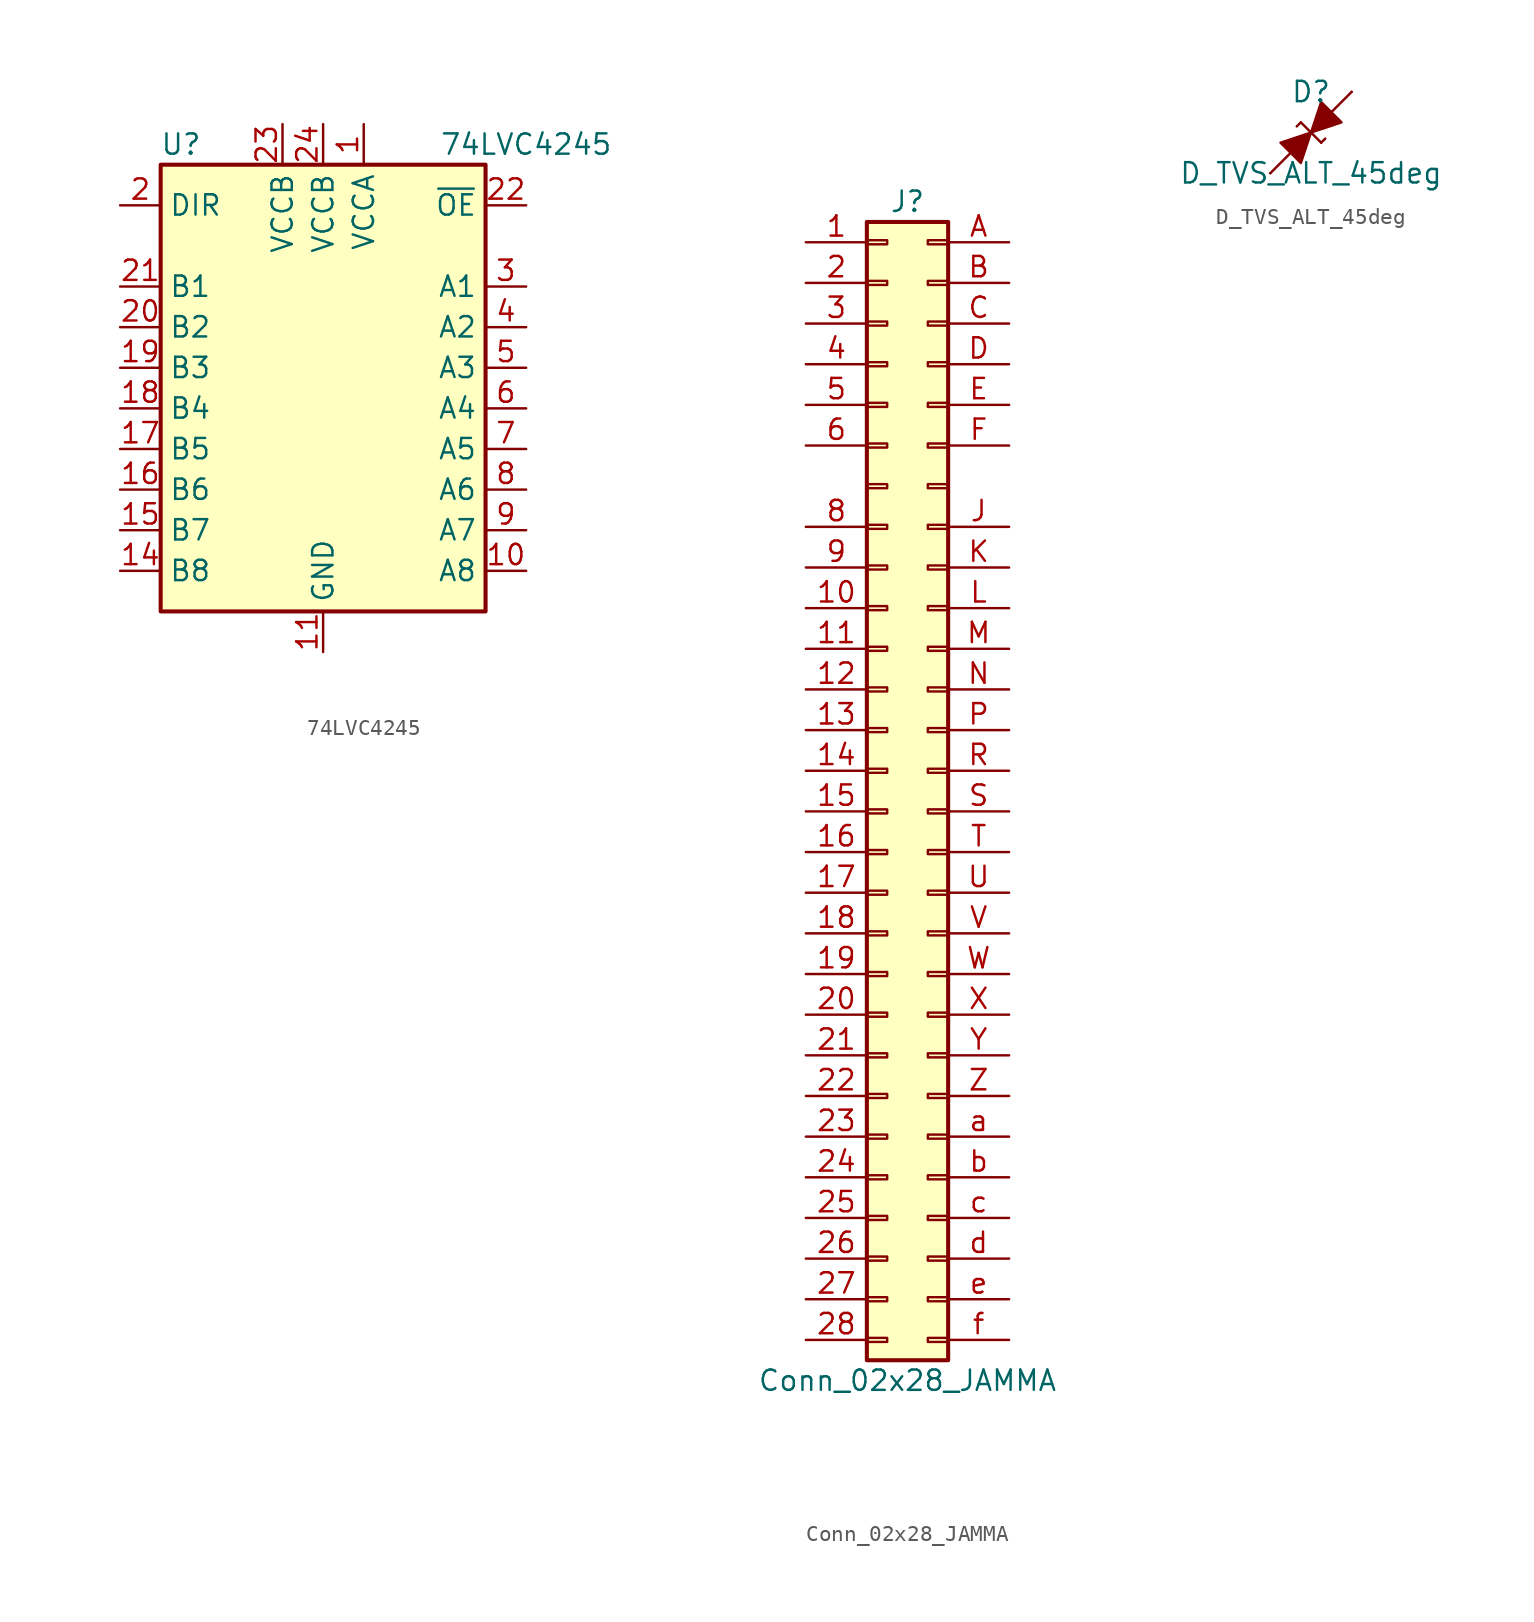
<source format=kicad_sym>
(kicad_symbol_lib
  (version 20200126)
  (host kicad_symbol_editor "(5.99.0-1907-g1c46bf195)")
  (symbol "Console2JAMMA:74LVC4245"
    (pin_names
      (offset 0.508))
    (property "Reference" "U"
      (at -8.89 13.97 0)
      (effects (font (size 1.27 1.27))))
    (property "Value" "74LVC4245"
      (at 12.7 13.97 0)
      (effects (font (size 1.27 1.27))))
    (symbol "74LVC4245_0_1"
      (rectangle (start -10.16 12.7) (end 10.16 -15.24) (stroke (width 0.254)) (fill (type background))))
    (symbol "74LVC4245_1_1"
      (pin power_in line (at 2.54 15.24 270) (length 2.54) (name "VCCA" (effects (font (size 1.27 1.27)))) (number "1" (effects (font (size 1.27 1.27)))))
      (pin bidirectional line (at 12.7 -12.7 180) (length 2.54) (name "A8" (effects (font (size 1.27 1.27)))) (number "10" (effects (font (size 1.27 1.27)))))
      (pin power_in line (at 0 -17.78 90) (length 2.54) (name "GND" (effects (font (size 1.27 1.27)))) (number "11" (effects (font (size 1.27 1.27)))))
      (pin passive line (at 0 -17.78 90) (length 2.54) hide (name "GND" (effects (font (size 1.27 1.27)))) (number "12" (effects (font (size 1.27 1.27)))))
      (pin passive line (at 0 -17.78 90) (length 2.54) hide (name "GND" (effects (font (size 1.27 1.27)))) (number "13" (effects (font (size 1.27 1.27)))))
      (pin bidirectional line (at -12.7 -12.7 0) (length 2.54) (name "B8" (effects (font (size 1.27 1.27)))) (number "14" (effects (font (size 1.27 1.27)))))
      (pin bidirectional line (at -12.7 -10.16 0) (length 2.54) (name "B7" (effects (font (size 1.27 1.27)))) (number "15" (effects (font (size 1.27 1.27)))))
      (pin bidirectional line (at -12.7 -7.62 0) (length 2.54) (name "B6" (effects (font (size 1.27 1.27)))) (number "16" (effects (font (size 1.27 1.27)))))
      (pin bidirectional line (at -12.7 -5.08 0) (length 2.54) (name "B5" (effects (font (size 1.27 1.27)))) (number "17" (effects (font (size 1.27 1.27)))))
      (pin bidirectional line (at -12.7 -2.54 0) (length 2.54) (name "B4" (effects (font (size 1.27 1.27)))) (number "18" (effects (font (size 1.27 1.27)))))
      (pin bidirectional line (at -12.7 0 0) (length 2.54) (name "B3" (effects (font (size 1.27 1.27)))) (number "19" (effects (font (size 1.27 1.27)))))
      (pin input line (at -12.7 10.16 0) (length 2.54) (name "DIR" (effects (font (size 1.27 1.27)))) (number "2" (effects (font (size 1.27 1.27)))))
      (pin bidirectional line (at -12.7 2.54 0) (length 2.54) (name "B2" (effects (font (size 1.27 1.27)))) (number "20" (effects (font (size 1.27 1.27)))))
      (pin bidirectional line (at -12.7 5.08 0) (length 2.54) (name "B1" (effects (font (size 1.27 1.27)))) (number "21" (effects (font (size 1.27 1.27)))))
      (pin input line (at 12.7 10.16 180) (length 2.54) (name "~OE" (effects (font (size 1.27 1.27)))) (number "22" (effects (font (size 1.27 1.27)))))
      (pin power_in line (at -2.54 15.24 270) (length 2.54) (name "VCCB" (effects (font (size 1.27 1.27)))) (number "23" (effects (font (size 1.27 1.27)))))
      (pin power_in line (at 0 15.24 270) (length 2.54) (name "VCCB" (effects (font (size 1.27 1.27)))) (number "24" (effects (font (size 1.27 1.27)))))
      (pin bidirectional line (at 12.7 5.08 180) (length 2.54) (name "A1" (effects (font (size 1.27 1.27)))) (number "3" (effects (font (size 1.27 1.27)))))
      (pin bidirectional line (at 12.7 2.54 180) (length 2.54) (name "A2" (effects (font (size 1.27 1.27)))) (number "4" (effects (font (size 1.27 1.27)))))
      (pin bidirectional line (at 12.7 0 180) (length 2.54) (name "A3" (effects (font (size 1.27 1.27)))) (number "5" (effects (font (size 1.27 1.27)))))
      (pin bidirectional line (at 12.7 -2.54 180) (length 2.54) (name "A4" (effects (font (size 1.27 1.27)))) (number "6" (effects (font (size 1.27 1.27)))))
      (pin bidirectional line (at 12.7 -5.08 180) (length 2.54) (name "A5" (effects (font (size 1.27 1.27)))) (number "7" (effects (font (size 1.27 1.27)))))
      (pin bidirectional line (at 12.7 -7.62 180) (length 2.54) (name "A6" (effects (font (size 1.27 1.27)))) (number "8" (effects (font (size 1.27 1.27)))))
      (pin bidirectional line (at 12.7 -10.16 180) (length 2.54) (name "A7" (effects (font (size 1.27 1.27)))) (number "9" (effects (font (size 1.27 1.27)))))))
  (symbol "Console2JAMMA:Conn_02x28_JAMMA"
    (pin_names hide)
    (property "Reference" "J"
      (at 0 36.83 0)
      (effects (font (size 1.27 1.27))))
    (property "Value" "Conn_02x28_JAMMA"
      (at 0 -36.83 0)
      (effects (font (size 1.27 1.27))))
    (symbol "Conn_02x28_JAMMA_1_1"
      (rectangle (start -2.54 -34.163) (end -1.27 -34.417) (stroke (width 0.152)) (fill (type none)))
      (rectangle (start -2.54 -31.623) (end -1.27 -31.877) (stroke (width 0.152)) (fill (type none)))
      (rectangle (start -2.54 -29.083) (end -1.27 -29.337) (stroke (width 0.152)) (fill (type none)))
      (rectangle (start -2.54 -26.543) (end -1.27 -26.797) (stroke (width 0.152)) (fill (type none)))
      (rectangle (start -2.54 -24.003) (end -1.27 -24.257) (stroke (width 0.152)) (fill (type none)))
      (rectangle (start -2.54 -21.463) (end -1.27 -21.717) (stroke (width 0.152)) (fill (type none)))
      (rectangle (start -2.54 -18.923) (end -1.27 -19.177) (stroke (width 0.152)) (fill (type none)))
      (rectangle (start -2.54 -16.383) (end -1.27 -16.637) (stroke (width 0.152)) (fill (type none)))
      (rectangle (start -2.54 -13.843) (end -1.27 -14.097) (stroke (width 0.152)) (fill (type none)))
      (rectangle (start -2.54 -11.303) (end -1.27 -11.557) (stroke (width 0.152)) (fill (type none)))
      (rectangle (start -2.54 -8.763) (end -1.27 -9.017) (stroke (width 0.152)) (fill (type none)))
      (rectangle (start -2.54 -6.223) (end -1.27 -6.477) (stroke (width 0.152)) (fill (type none)))
      (rectangle (start -2.54 -3.683) (end -1.27 -3.937) (stroke (width 0.152)) (fill (type none)))
      (rectangle (start -2.54 -1.143) (end -1.27 -1.397) (stroke (width 0.152)) (fill (type none)))
      (rectangle (start -2.54 1.397) (end -1.27 1.143) (stroke (width 0.152)) (fill (type none)))
      (rectangle (start -2.54 3.937) (end -1.27 3.683) (stroke (width 0.152)) (fill (type none)))
      (rectangle (start -2.54 6.477) (end -1.27 6.223) (stroke (width 0.152)) (fill (type none)))
      (rectangle (start -2.54 9.017) (end -1.27 8.763) (stroke (width 0.152)) (fill (type none)))
      (rectangle (start -2.54 11.557) (end -1.27 11.303) (stroke (width 0.152)) (fill (type none)))
      (rectangle (start -2.54 14.097) (end -1.27 13.843) (stroke (width 0.152)) (fill (type none)))
      (rectangle (start -2.54 16.637) (end -1.27 16.383) (stroke (width 0.152)) (fill (type none)))
      (rectangle (start -2.54 19.177) (end -1.27 18.923) (stroke (width 0.152)) (fill (type none)))
      (rectangle (start -2.54 21.717) (end -1.27 21.463) (stroke (width 0.152)) (fill (type none)))
      (rectangle (start -2.54 24.257) (end -1.27 24.003) (stroke (width 0.152)) (fill (type none)))
      (rectangle (start -2.54 26.797) (end -1.27 26.543) (stroke (width 0.152)) (fill (type none)))
      (rectangle (start -2.54 29.337) (end -1.27 29.083) (stroke (width 0.152)) (fill (type none)))
      (rectangle (start -2.54 31.877) (end -1.27 31.623) (stroke (width 0.152)) (fill (type none)))
      (rectangle (start -2.54 34.417) (end -1.27 34.163) (stroke (width 0.152)) (fill (type none)))
      (rectangle (start -2.54 35.56) (end 2.54 -35.56) (stroke (width 0.254)) (fill (type background)))
      (rectangle (start 2.54 -34.163) (end 1.27 -34.417) (stroke (width 0.152)) (fill (type none)))
      (rectangle (start 2.54 -31.623) (end 1.27 -31.877) (stroke (width 0.152)) (fill (type none)))
      (rectangle (start 2.54 -29.083) (end 1.27 -29.337) (stroke (width 0.152)) (fill (type none)))
      (rectangle (start 2.54 -26.543) (end 1.27 -26.797) (stroke (width 0.152)) (fill (type none)))
      (rectangle (start 2.54 -24.003) (end 1.27 -24.257) (stroke (width 0.152)) (fill (type none)))
      (rectangle (start 2.54 -21.463) (end 1.27 -21.717) (stroke (width 0.152)) (fill (type none)))
      (rectangle (start 2.54 -18.923) (end 1.27 -19.177) (stroke (width 0.152)) (fill (type none)))
      (rectangle (start 2.54 -16.383) (end 1.27 -16.637) (stroke (width 0.152)) (fill (type none)))
      (rectangle (start 2.54 -13.843) (end 1.27 -14.097) (stroke (width 0.152)) (fill (type none)))
      (rectangle (start 2.54 -11.303) (end 1.27 -11.557) (stroke (width 0.152)) (fill (type none)))
      (rectangle (start 2.54 -8.763) (end 1.27 -9.017) (stroke (width 0.152)) (fill (type none)))
      (rectangle (start 2.54 -6.223) (end 1.27 -6.477) (stroke (width 0.152)) (fill (type none)))
      (rectangle (start 2.54 -3.683) (end 1.27 -3.937) (stroke (width 0.152)) (fill (type none)))
      (rectangle (start 2.54 -1.143) (end 1.27 -1.397) (stroke (width 0.152)) (fill (type none)))
      (rectangle (start 2.54 1.397) (end 1.27 1.143) (stroke (width 0.152)) (fill (type none)))
      (rectangle (start 2.54 3.937) (end 1.27 3.683) (stroke (width 0.152)) (fill (type none)))
      (rectangle (start 2.54 6.477) (end 1.27 6.223) (stroke (width 0.152)) (fill (type none)))
      (rectangle (start 2.54 9.017) (end 1.27 8.763) (stroke (width 0.152)) (fill (type none)))
      (rectangle (start 2.54 11.557) (end 1.27 11.303) (stroke (width 0.152)) (fill (type none)))
      (rectangle (start 2.54 14.097) (end 1.27 13.843) (stroke (width 0.152)) (fill (type none)))
      (rectangle (start 2.54 16.637) (end 1.27 16.383) (stroke (width 0.152)) (fill (type none)))
      (rectangle (start 2.54 19.177) (end 1.27 18.923) (stroke (width 0.152)) (fill (type none)))
      (rectangle (start 2.54 21.717) (end 1.27 21.463) (stroke (width 0.152)) (fill (type none)))
      (rectangle (start 2.54 24.257) (end 1.27 24.003) (stroke (width 0.152)) (fill (type none)))
      (rectangle (start 2.54 26.797) (end 1.27 26.543) (stroke (width 0.152)) (fill (type none)))
      (rectangle (start 2.54 29.337) (end 1.27 29.083) (stroke (width 0.152)) (fill (type none)))
      (rectangle (start 2.54 31.877) (end 1.27 31.623) (stroke (width 0.152)) (fill (type none)))
      (rectangle (start 2.54 34.417) (end 1.27 34.163) (stroke (width 0.152)) (fill (type none)))
      (pin passive line (at -6.35 34.29 0) (length 3.81) (name "Pin_1" (effects (font (size 1.27 1.27)))) (number "1" (effects (font (size 1.27 1.27)))))
      (pin passive line (at -6.35 11.43 0) (length 3.81) (name "Pin_10" (effects (font (size 1.27 1.27)))) (number "10" (effects (font (size 1.27 1.27)))))
      (pin passive line (at -6.35 8.89 0) (length 3.81) (name "Pin_11" (effects (font (size 1.27 1.27)))) (number "11" (effects (font (size 1.27 1.27)))))
      (pin passive line (at -6.35 6.35 0) (length 3.81) (name "Pin_12" (effects (font (size 1.27 1.27)))) (number "12" (effects (font (size 1.27 1.27)))))
      (pin passive line (at -6.35 3.81 0) (length 3.81) (name "Pin_13" (effects (font (size 1.27 1.27)))) (number "13" (effects (font (size 1.27 1.27)))))
      (pin passive line (at -6.35 1.27 0) (length 3.81) (name "Pin_14" (effects (font (size 1.27 1.27)))) (number "14" (effects (font (size 1.27 1.27)))))
      (pin passive line (at -6.35 -1.27 0) (length 3.81) (name "Pin_15" (effects (font (size 1.27 1.27)))) (number "15" (effects (font (size 1.27 1.27)))))
      (pin passive line (at -6.35 -3.81 0) (length 3.81) (name "Pin_16" (effects (font (size 1.27 1.27)))) (number "16" (effects (font (size 1.27 1.27)))))
      (pin passive line (at -6.35 -6.35 0) (length 3.81) (name "Pin_17" (effects (font (size 1.27 1.27)))) (number "17" (effects (font (size 1.27 1.27)))))
      (pin passive line (at -6.35 -8.89 0) (length 3.81) (name "Pin_18" (effects (font (size 1.27 1.27)))) (number "18" (effects (font (size 1.27 1.27)))))
      (pin passive line (at -6.35 -11.43 0) (length 3.81) (name "Pin_19" (effects (font (size 1.27 1.27)))) (number "19" (effects (font (size 1.27 1.27)))))
      (pin passive line (at -6.35 31.75 0) (length 3.81) (name "Pin_2" (effects (font (size 1.27 1.27)))) (number "2" (effects (font (size 1.27 1.27)))))
      (pin passive line (at -6.35 -13.97 0) (length 3.81) (name "Pin_20" (effects (font (size 1.27 1.27)))) (number "20" (effects (font (size 1.27 1.27)))))
      (pin passive line (at -6.35 -16.51 0) (length 3.81) (name "Pin_21" (effects (font (size 1.27 1.27)))) (number "21" (effects (font (size 1.27 1.27)))))
      (pin passive line (at -6.35 -19.05 0) (length 3.81) (name "Pin_22" (effects (font (size 1.27 1.27)))) (number "22" (effects (font (size 1.27 1.27)))))
      (pin passive line (at -6.35 -21.59 0) (length 3.81) (name "Pin_23" (effects (font (size 1.27 1.27)))) (number "23" (effects (font (size 1.27 1.27)))))
      (pin passive line (at -6.35 -24.13 0) (length 3.81) (name "Pin_24" (effects (font (size 1.27 1.27)))) (number "24" (effects (font (size 1.27 1.27)))))
      (pin passive line (at -6.35 -26.67 0) (length 3.81) (name "Pin_25" (effects (font (size 1.27 1.27)))) (number "25" (effects (font (size 1.27 1.27)))))
      (pin passive line (at -6.35 -29.21 0) (length 3.81) (name "Pin_26" (effects (font (size 1.27 1.27)))) (number "26" (effects (font (size 1.27 1.27)))))
      (pin passive line (at -6.35 -31.75 0) (length 3.81) (name "Pin_27" (effects (font (size 1.27 1.27)))) (number "27" (effects (font (size 1.27 1.27)))))
      (pin passive line (at -6.35 -34.29 0) (length 3.81) (name "Pin_28" (effects (font (size 1.27 1.27)))) (number "28" (effects (font (size 1.27 1.27)))))
      (pin passive line (at -6.35 29.21 0) (length 3.81) (name "Pin_3" (effects (font (size 1.27 1.27)))) (number "3" (effects (font (size 1.27 1.27)))))
      (pin passive line (at -6.35 26.67 0) (length 3.81) (name "Pin_4" (effects (font (size 1.27 1.27)))) (number "4" (effects (font (size 1.27 1.27)))))
      (pin passive line (at -6.35 24.13 0) (length 3.81) (name "Pin_5" (effects (font (size 1.27 1.27)))) (number "5" (effects (font (size 1.27 1.27)))))
      (pin passive line (at -6.35 21.59 0) (length 3.81) (name "Pin_6" (effects (font (size 1.27 1.27)))) (number "6" (effects (font (size 1.27 1.27)))))
      (pin passive line (at -6.35 16.51 0) (length 3.81) (name "Pin_8" (effects (font (size 1.27 1.27)))) (number "8" (effects (font (size 1.27 1.27)))))
      (pin passive line (at -6.35 13.97 0) (length 3.81) (name "Pin_9" (effects (font (size 1.27 1.27)))) (number "9" (effects (font (size 1.27 1.27)))))
      (pin passive line (at 6.35 34.29 180) (length 3.81) (name "Pin_A" (effects (font (size 1.27 1.27)))) (number "A" (effects (font (size 1.27 1.27)))))
      (pin passive line (at 6.35 31.75 180) (length 3.81) (name "Pin_B" (effects (font (size 1.27 1.27)))) (number "B" (effects (font (size 1.27 1.27)))))
      (pin passive line (at 6.35 29.21 180) (length 3.81) (name "Pin_C" (effects (font (size 1.27 1.27)))) (number "C" (effects (font (size 1.27 1.27)))))
      (pin passive line (at 6.35 26.67 180) (length 3.81) (name "Pin_D" (effects (font (size 1.27 1.27)))) (number "D" (effects (font (size 1.27 1.27)))))
      (pin passive line (at 6.35 24.13 180) (length 3.81) (name "Pin_E" (effects (font (size 1.27 1.27)))) (number "E" (effects (font (size 1.27 1.27)))))
      (pin passive line (at 6.35 21.59 180) (length 3.81) (name "Pin_F" (effects (font (size 1.27 1.27)))) (number "F" (effects (font (size 1.27 1.27)))))
      (pin passive line (at 6.35 16.51 180) (length 3.81) (name "Pin_J" (effects (font (size 1.27 1.27)))) (number "J" (effects (font (size 1.27 1.27)))))
      (pin passive line (at 6.35 13.97 180) (length 3.81) (name "Pin_K" (effects (font (size 1.27 1.27)))) (number "K" (effects (font (size 1.27 1.27)))))
      (pin passive line (at 6.35 11.43 180) (length 3.81) (name "Pin_L" (effects (font (size 1.27 1.27)))) (number "L" (effects (font (size 1.27 1.27)))))
      (pin passive line (at 6.35 8.89 180) (length 3.81) (name "Pin_M" (effects (font (size 1.27 1.27)))) (number "M" (effects (font (size 1.27 1.27)))))
      (pin passive line (at 6.35 6.35 180) (length 3.81) (name "Pin_N" (effects (font (size 1.27 1.27)))) (number "N" (effects (font (size 1.27 1.27)))))
      (pin passive line (at 6.35 3.81 180) (length 3.81) (name "Pin_P" (effects (font (size 1.27 1.27)))) (number "P" (effects (font (size 1.27 1.27)))))
      (pin passive line (at 6.35 1.27 180) (length 3.81) (name "Pin_R" (effects (font (size 1.27 1.27)))) (number "R" (effects (font (size 1.27 1.27)))))
      (pin passive line (at 6.35 -1.27 180) (length 3.81) (name "Pin_S" (effects (font (size 1.27 1.27)))) (number "S" (effects (font (size 1.27 1.27)))))
      (pin passive line (at 6.35 -3.81 180) (length 3.81) (name "Pin_T" (effects (font (size 1.27 1.27)))) (number "T" (effects (font (size 1.27 1.27)))))
      (pin passive line (at 6.35 -6.35 180) (length 3.81) (name "Pin_U" (effects (font (size 1.27 1.27)))) (number "U" (effects (font (size 1.27 1.27)))))
      (pin passive line (at 6.35 -8.89 180) (length 3.81) (name "Pin_V" (effects (font (size 1.27 1.27)))) (number "V" (effects (font (size 1.27 1.27)))))
      (pin passive line (at 6.35 -11.43 180) (length 3.81) (name "Pin_W" (effects (font (size 1.27 1.27)))) (number "W" (effects (font (size 1.27 1.27)))))
      (pin passive line (at 6.35 -13.97 180) (length 3.81) (name "Pin_X" (effects (font (size 1.27 1.27)))) (number "X" (effects (font (size 1.27 1.27)))))
      (pin passive line (at 6.35 -16.51 180) (length 3.81) (name "Pin_Y" (effects (font (size 1.27 1.27)))) (number "Y" (effects (font (size 1.27 1.27)))))
      (pin passive line (at 6.35 -19.05 180) (length 3.81) (name "Pin_Z" (effects (font (size 1.27 1.27)))) (number "Z" (effects (font (size 1.27 1.27)))))
      (pin passive line (at 6.35 -21.59 180) (length 3.81) (name "Pin_a" (effects (font (size 1.27 1.27)))) (number "a" (effects (font (size 1.27 1.27)))))
      (pin passive line (at 6.35 -24.13 180) (length 3.81) (name "Pin_b" (effects (font (size 1.27 1.27)))) (number "b" (effects (font (size 1.27 1.27)))))
      (pin passive line (at 6.35 -26.67 180) (length 3.81) (name "Pin_c" (effects (font (size 1.27 1.27)))) (number "c" (effects (font (size 1.27 1.27)))))
      (pin passive line (at 6.35 -29.21 180) (length 3.81) (name "Pin_d" (effects (font (size 1.27 1.27)))) (number "d" (effects (font (size 1.27 1.27)))))
      (pin passive line (at 6.35 -31.75 180) (length 3.81) (name "Pin_e" (effects (font (size 1.27 1.27)))) (number "e" (effects (font (size 1.27 1.27)))))
      (pin passive line (at 6.35 -34.29 180) (length 3.81) (name "Pin_f" (effects (font (size 1.27 1.27)))) (number "f" (effects (font (size 1.27 1.27)))))))
  (symbol "Console2JAMMA:D_TVS_ALT_45deg"
    (pin_numbers hide)
    (pin_names hide)
    (property "Reference" "D"
      (at 0 2.54 0)
      (effects (font (size 1.27 1.27))))
    (property "Value" "D_TVS_ALT_45deg"
      (at 0 -2.54 0)
      (effects (font (size 1.27 1.27))))
    (symbol "D_TVS_ALT_45deg_0_1"
      (polyline (pts (xy -1.27 -1.27) (xy -2.54 -2.54)) (stroke (width 0)) (fill (type none)))
      (polyline (pts (xy -0.635 0.635) (xy -0.889 0.381)) (stroke (width 0)) (fill (type none)))
      (polyline (pts (xy -0.635 0.635) (xy 0.635 -0.635)) (stroke (width 0)) (fill (type none)))
      (polyline (pts (xy 0.635 -0.635) (xy 0.889 -0.381)) (stroke (width 0)) (fill (type none)))
      (polyline (pts (xy 1.27 1.27) (xy 2.54 2.54)) (stroke (width 0)) (fill (type none)))
      (polyline (pts (xy -1.905 -0.635) (xy -0.635 -1.905) (xy 0 0) (xy -1.905 -0.635)) (stroke (width 0)) (fill (type outline)))
      (polyline (pts (xy 0 0) (xy 0.635 1.905) (xy 1.905 0.635) (xy 0 0)) (stroke (width 0)) (fill (type outline))))
    (symbol "D_TVS_ALT_45deg_1_1"
      (pin passive line (at -2.54 -2.54 0) (length 0) (name "1" (effects (font (size 1.27 1.27)))) (number "1" (effects (font (size 1.27 1.27)))))
      (pin passive line (at 2.54 2.54 180) (length 0) (name "2" (effects (font (size 1.27 1.27)))) (number "2" (effects (font (size 1.27 1.27))))))))
</source>
